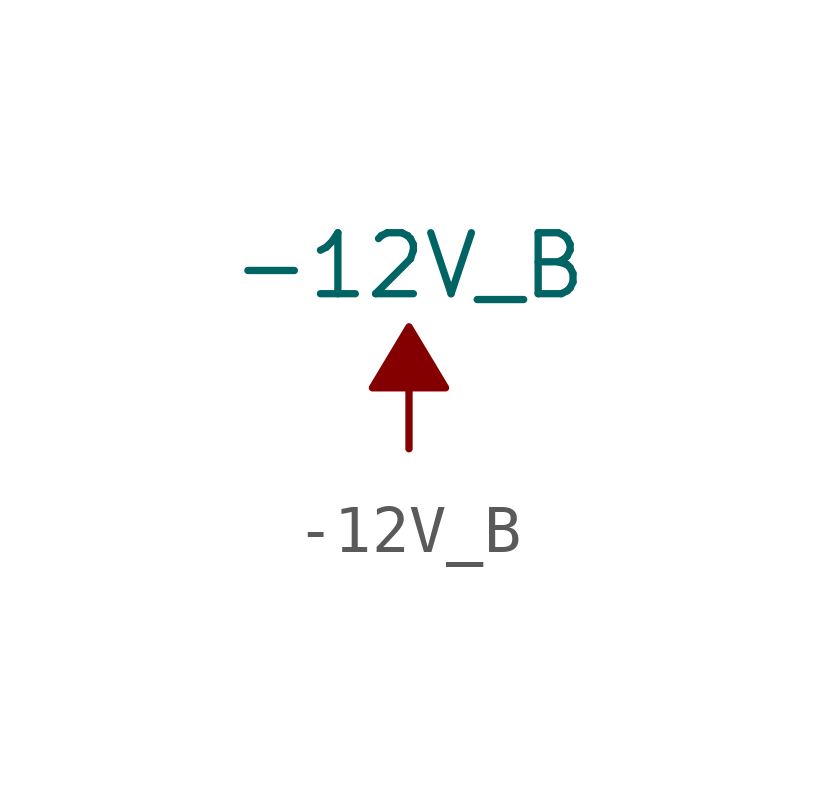
<source format=kicad_sym>
(kicad_symbol_lib
  (version 20211014)
  (generator kicad_symbol_editor)
  (symbol "-12V_B"
    (power)
    (pin_names
      (offset 0))
    (property "Reference" "#PWR"
      (at 0 2.54 0)
      (effects (font (size 1.27 1.27)) hide))
    (property "Value" "-12V_B"
      (at 0 3.81 0)
      (effects (font (size 1.27 1.27))))
    (symbol "-12V_B_0_0"
      (pin power_in line (at 0 0 90) (length 0) hide (name "-12V_B" (effects (font (size 1.27 1.27)))) (number "1" (effects (font (size 1.27 1.27))))))
    (symbol "-12V_B_0_1"
      (polyline (pts (xy 0 0) (xy 0 1.27) (xy 0.762 1.27) (xy 0 2.54) (xy -0.762 1.27) (xy 0 1.27)) (stroke (width 0) (type default) (color 0 0 0 0)) (fill (type outline))))))
</source>
